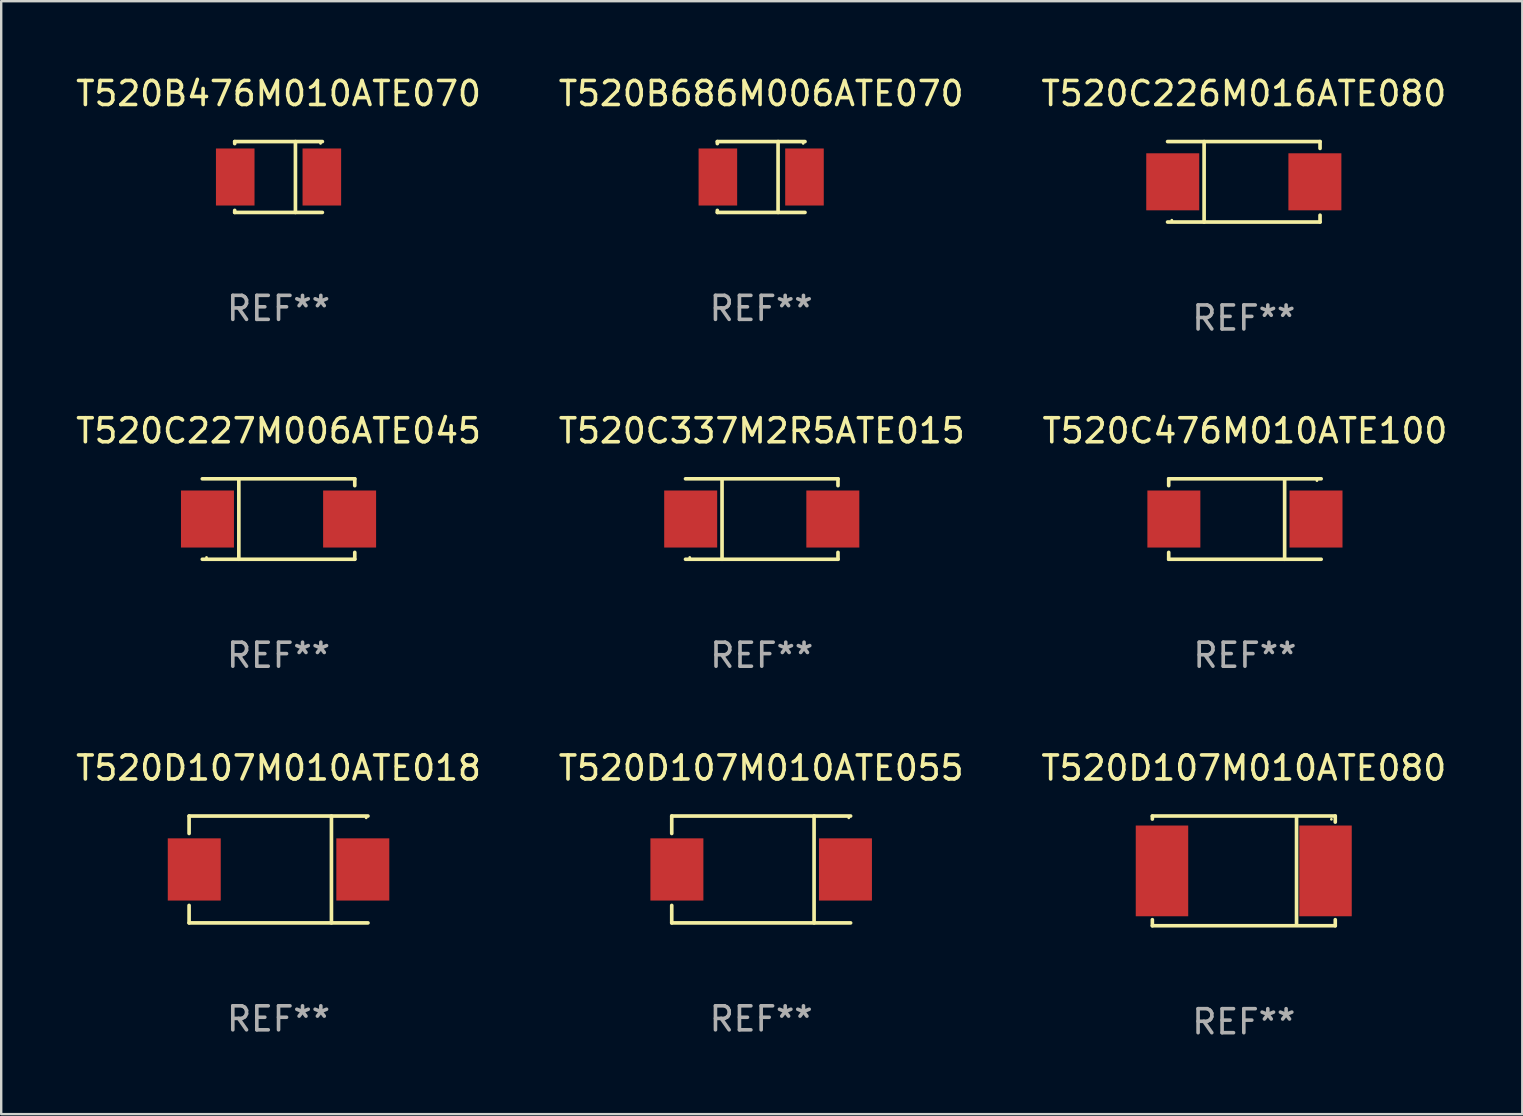
<source format=kicad_pcb>
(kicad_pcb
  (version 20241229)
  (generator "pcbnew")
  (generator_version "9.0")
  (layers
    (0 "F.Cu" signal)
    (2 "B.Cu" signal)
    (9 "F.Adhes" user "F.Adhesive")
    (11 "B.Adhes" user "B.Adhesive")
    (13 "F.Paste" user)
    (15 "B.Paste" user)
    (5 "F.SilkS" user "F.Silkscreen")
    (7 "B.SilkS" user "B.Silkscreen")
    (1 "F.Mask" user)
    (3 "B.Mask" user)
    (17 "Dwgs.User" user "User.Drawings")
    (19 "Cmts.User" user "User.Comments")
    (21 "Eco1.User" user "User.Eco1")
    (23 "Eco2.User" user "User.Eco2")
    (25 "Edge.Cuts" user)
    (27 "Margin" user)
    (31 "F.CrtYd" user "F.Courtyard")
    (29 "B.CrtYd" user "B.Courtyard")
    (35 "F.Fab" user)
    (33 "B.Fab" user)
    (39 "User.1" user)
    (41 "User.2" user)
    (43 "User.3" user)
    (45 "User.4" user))
  (footprint "T520B476M010ATE070"
    (layer "F.Cu")
    (at 8.554 4.324)
    (property "Reference" "T520B476M010ATE070" (at 0 -3.476 0) (layer "F.SilkS") (effects (font (size 1 1) (thickness 0.15))))
    (attr through_hole)
    (fp_line (start -1.826 -1.476) (end -1.826 -1.391) (stroke (width 0.152) (type solid)) (layer "F.SilkS"))
    (fp_line (start -1.826 -1.476) (end 1.826 -1.476) (stroke (width 0.152) (type solid)) (layer "F.SilkS"))
    (fp_line (start -1.826 1.476) (end -1.826 1.391) (stroke (width 0.152) (type solid)) (layer "F.SilkS"))
    (fp_line (start -1.826 1.476) (end 1.826 1.476) (stroke (width 0.152) (type solid)) (layer "F.SilkS"))
    (fp_line (start 0.704 -1.476) (end 0.704 1.476) (stroke (width 0.152) (type solid)) (layer "F.SilkS"))
    (fp_circle (center 1.75 -1.4) (end 1.78 -1.4) (stroke (width 0.06) (type solid)) (fill no) (layer "F.SilkS"))
    (fp_text user "REF**" (at 0 5.476 0) (layer "F.Fab") (effects (font (size 1 1) (thickness 0.15))))
    (pad "1" smd rect (at 1.804 0) (size 1.607 2.376) (layers "F.Cu" "F.Mask" "F.Paste"))
    (pad "2" smd rect (at -1.804 0) (size 1.607 2.376) (layers "F.Cu" "F.Mask" "F.Paste")))
  (footprint "T520C476M010ATE100"
    (layer "F.Cu")
    (at 48.815 18.573)
    (property "Reference" "T520C476M010ATE100" (at 0 -3.676 0) (layer "F.SilkS") (effects (font (size 1 1) (thickness 0.15))))
    (attr through_hole)
    (fp_line (start -3.176 -1.676) (end -3.176 -1.391) (stroke (width 0.152) (type solid)) (layer "F.SilkS"))
    (fp_line (start -3.176 -1.676) (end 3.176 -1.676) (stroke (width 0.152) (type solid)) (layer "F.SilkS"))
    (fp_line (start -3.176 1.676) (end -3.176 1.391) (stroke (width 0.152) (type solid)) (layer "F.SilkS"))
    (fp_line (start -3.176 1.676) (end 3.176 1.676) (stroke (width 0.152) (type solid)) (layer "F.SilkS"))
    (fp_line (start 1.654 -1.676) (end 1.654 1.676) (stroke (width 0.152) (type solid)) (layer "F.SilkS"))
    (fp_circle (center 3 -1.6) (end 3.03 -1.6) (stroke (width 0.06) (type solid)) (fill no) (layer "F.SilkS"))
    (fp_text user "REF**" (at 0 5.676 0) (layer "F.Fab") (effects (font (size 1 1) (thickness 0.15))))
    (pad "1" smd rect (at 2.961 0) (size 2.207 2.376) (layers "F.Cu" "F.Mask" "F.Paste"))
    (pad "2" smd rect (at -2.961 0) (size 2.207 2.376) (layers "F.Cu" "F.Mask" "F.Paste")))
  (footprint "T520B686M006ATE070"
    (layer "F.Cu")
    (at 28.661 4.324)
    (property "Reference" "T520B686M006ATE070" (at 0 -3.476 0) (layer "F.SilkS") (effects (font (size 1 1) (thickness 0.15))))
    (attr through_hole)
    (fp_line (start -1.826 -1.476) (end -1.826 -1.391) (stroke (width 0.152) (type solid)) (layer "F.SilkS"))
    (fp_line (start -1.826 -1.476) (end 1.826 -1.476) (stroke (width 0.152) (type solid)) (layer "F.SilkS"))
    (fp_line (start -1.826 1.476) (end -1.826 1.391) (stroke (width 0.152) (type solid)) (layer "F.SilkS"))
    (fp_line (start -1.826 1.476) (end 1.826 1.476) (stroke (width 0.152) (type solid)) (layer "F.SilkS"))
    (fp_line (start 0.704 -1.476) (end 0.704 1.476) (stroke (width 0.152) (type solid)) (layer "F.SilkS"))
    (fp_circle (center 1.75 -1.4) (end 1.78 -1.4) (stroke (width 0.06) (type solid)) (fill no) (layer "F.SilkS"))
    (fp_text user "REF**" (at 0 5.476 0) (layer "F.Fab") (effects (font (size 1 1) (thickness 0.15))))
    (pad "1" smd rect (at 1.804 0) (size 1.607 2.376) (layers "F.Cu" "F.Mask" "F.Paste"))
    (pad "2" smd rect (at -1.804 0) (size 1.607 2.376) (layers "F.Cu" "F.Mask" "F.Paste")))
  (footprint "T520C227M006ATE045"
    (layer "F.Cu")
    (at 8.554 18.573)
    (property "Reference" "T520C227M006ATE045" (at 0 -3.676 0) (layer "F.SilkS") (effects (font (size 1 1) (thickness 0.15))))
    (attr through_hole)
    (fp_line (start -1.654 1.676) (end -1.654 -1.676) (stroke (width 0.152) (type solid)) (layer "F.SilkS"))
    (fp_line (start 3.176 -1.676) (end -3.176 -1.676) (stroke (width 0.152) (type solid)) (layer "F.SilkS"))
    (fp_line (start 3.176 -1.676) (end 3.176 -1.391) (stroke (width 0.152) (type solid)) (layer "F.SilkS"))
    (fp_line (start 3.176 1.676) (end -3.176 1.676) (stroke (width 0.152) (type solid)) (layer "F.SilkS"))
    (fp_line (start 3.176 1.676) (end 3.176 1.391) (stroke (width 0.152) (type solid)) (layer "F.SilkS"))
    (fp_circle (center -3 1.6) (end -2.97 1.6) (stroke (width 0.06) (type solid)) (fill no) (layer "F.SilkS"))
    (fp_text user "REF**" (at 0 5.676 0) (layer "F.Fab") (effects (font (size 1 1) (thickness 0.15))))
    (pad "1" smd rect (at -2.961 -0.000051 180) (size 2.207 2.376) (layers "F.Cu" "F.Mask" "F.Paste"))
    (pad "2" smd rect (at 2.961 -0.000051 180) (size 2.207 2.376) (layers "F.Cu" "F.Mask" "F.Paste")))
  (footprint "T520D107M010ATE018"
    (layer "F.Cu")
    (at 8.554 33.172)
    (property "Reference" "T520D107M010ATE018" (at 0 -4.226 0) (layer "F.SilkS") (effects (font (size 1 1) (thickness 0.15))))
    (attr through_hole)
    (fp_line (start -3.726 -2.226) (end -3.726 -1.499) (stroke (width 0.152) (type solid)) (layer "F.SilkS"))
    (fp_line (start -3.726 -2.226) (end 3.726 -2.226) (stroke (width 0.152) (type solid)) (layer "F.SilkS"))
    (fp_line (start -3.726 2.226) (end -3.726 1.499) (stroke (width 0.152) (type solid)) (layer "F.SilkS"))
    (fp_line (start -3.726 2.226) (end 3.726 2.226) (stroke (width 0.152) (type solid)) (layer "F.SilkS"))
    (fp_line (start 2.204 -2.226) (end 2.204 2.226) (stroke (width 0.152) (type solid)) (layer "F.SilkS"))
    (fp_circle (center 3.65 -2.15) (end 3.68 -2.15) (stroke (width 0.06) (type solid)) (fill no) (layer "F.SilkS"))
    (fp_text user "REF**" (at 0 6.226 0) (layer "F.Fab") (effects (font (size 1 1) (thickness 0.15))))
    (pad "1" smd rect (at 3.511 0) (size 2.207 2.592) (layers "F.Cu" "F.Mask" "F.Paste"))
    (pad "2" smd rect (at -3.511 0) (size 2.207 2.592) (layers "F.Cu" "F.Mask" "F.Paste")))
  (footprint "T520C226M016ATE080"
    (layer "F.Cu")
    (at 48.768 4.524)
    (property "Reference" "T520C226M016ATE080" (at 0 -3.676 0) (layer "F.SilkS") (effects (font (size 1 1) (thickness 0.15))))
    (attr through_hole)
    (fp_line (start -1.654 1.676) (end -1.654 -1.676) (stroke (width 0.152) (type solid)) (layer "F.SilkS"))
    (fp_line (start 3.176 -1.676) (end -3.176 -1.676) (stroke (width 0.152) (type solid)) (layer "F.SilkS"))
    (fp_line (start 3.176 -1.676) (end 3.176 -1.391) (stroke (width 0.152) (type solid)) (layer "F.SilkS"))
    (fp_line (start 3.176 1.676) (end -3.176 1.676) (stroke (width 0.152) (type solid)) (layer "F.SilkS"))
    (fp_line (start 3.176 1.676) (end 3.176 1.391) (stroke (width 0.152) (type solid)) (layer "F.SilkS"))
    (fp_circle (center -3 1.6) (end -2.97 1.6) (stroke (width 0.06) (type solid)) (fill no) (layer "F.SilkS"))
    (fp_text user "REF**" (at 0 5.676 0) (layer "F.Fab") (effects (font (size 1 1) (thickness 0.15))))
    (pad "1" smd rect (at -2.961 -0.000051 180) (size 2.207 2.376) (layers "F.Cu" "F.Mask" "F.Paste"))
    (pad "2" smd rect (at 2.961 -0.000051 180) (size 2.207 2.376) (layers "F.Cu" "F.Mask" "F.Paste")))
  (footprint "T520D107M010ATE080"
    (layer "F.Cu")
    (at 48.768 33.232)
    (property "Reference" "T520D107M010ATE080" (at 0 -4.286 0) (layer "F.SilkS") (effects (font (size 1 1) (thickness 0.15))))
    (attr through_hole)
    (fp_line (start -3.81 -2.286) (end -3.81 -2.159) (stroke (width 0.15) (type solid)) (layer "F.SilkS"))
    (fp_line (start -3.81 2.032) (end -3.81 2.286) (stroke (width 0.15) (type solid)) (layer "F.SilkS"))
    (fp_line (start -3.81 2.286) (end 3.81 2.286) (stroke (width 0.15) (type solid)) (layer "F.SilkS"))
    (fp_line (start 2.197 -2.226) (end 2.197 2.226) (stroke (width 0.152) (type solid)) (layer "F.SilkS"))
    (fp_line (start 3.81 -2.286) (end -3.81 -2.286) (stroke (width 0.15) (type solid)) (layer "F.SilkS"))
    (fp_line (start 3.81 -2.032) (end 3.81 -2.286) (stroke (width 0.15) (type solid)) (layer "F.SilkS"))
    (fp_line (start 3.81 2.286) (end 3.81 2.032) (stroke (width 0.15) (type solid)) (layer "F.SilkS"))
    (fp_circle (center 3.65 -2.15) (end 3.68 -2.15) (stroke (width 0.06) (type solid)) (fill no) (layer "F.SilkS"))
    (fp_text user "REF**" (at 0 6.286 0) (layer "F.Fab") (effects (font (size 1 1) (thickness 0.15))))
    (pad "1" smd rect (at 3.404 0 180) (size 2.185 3.78) (layers "F.Cu" "F.Mask" "F.Paste"))
    (pad "2" smd rect (at -3.409 0 180) (size 2.185 3.78) (layers "F.Cu" "F.Mask" "F.Paste")))
  (footprint "T520C337M2R5ATE015"
    (layer "F.Cu")
    (at 28.685 18.573)
    (property "Reference" "T520C337M2R5ATE015" (at 0 -3.676 0) (layer "F.SilkS") (effects (font (size 1 1) (thickness 0.15))))
    (attr through_hole)
    (fp_line (start -1.654 1.676) (end -1.654 -1.676) (stroke (width 0.152) (type solid)) (layer "F.SilkS"))
    (fp_line (start 3.176 -1.676) (end -3.176 -1.676) (stroke (width 0.152) (type solid)) (layer "F.SilkS"))
    (fp_line (start 3.176 -1.676) (end 3.176 -1.391) (stroke (width 0.152) (type solid)) (layer "F.SilkS"))
    (fp_line (start 3.176 1.676) (end -3.176 1.676) (stroke (width 0.152) (type solid)) (layer "F.SilkS"))
    (fp_line (start 3.176 1.676) (end 3.176 1.391) (stroke (width 0.152) (type solid)) (layer "F.SilkS"))
    (fp_circle (center -3 1.6) (end -2.97 1.6) (stroke (width 0.06) (type solid)) (fill no) (layer "F.SilkS"))
    (fp_text user "REF**" (at 0 5.676 0) (layer "F.Fab") (effects (font (size 1 1) (thickness 0.15))))
    (pad "1" smd rect (at -2.961 -0.000051 180) (size 2.207 2.376) (layers "F.Cu" "F.Mask" "F.Paste"))
    (pad "2" smd rect (at 2.961 -0.000051 180) (size 2.207 2.376) (layers "F.Cu" "F.Mask" "F.Paste")))
  (footprint "T520D107M010ATE055"
    (layer "F.Cu")
    (at 28.661 33.172)
    (property "Reference" "T520D107M010ATE055" (at 0 -4.226 0) (layer "F.SilkS") (effects (font (size 1 1) (thickness 0.15))))
    (attr through_hole)
    (fp_line (start -3.726 -2.226) (end -3.726 -1.499) (stroke (width 0.152) (type solid)) (layer "F.SilkS"))
    (fp_line (start -3.726 -2.226) (end 3.726 -2.226) (stroke (width 0.152) (type solid)) (layer "F.SilkS"))
    (fp_line (start -3.726 2.226) (end -3.726 1.499) (stroke (width 0.152) (type solid)) (layer "F.SilkS"))
    (fp_line (start -3.726 2.226) (end 3.726 2.226) (stroke (width 0.152) (type solid)) (layer "F.SilkS"))
    (fp_line (start 2.204 -2.226) (end 2.204 2.226) (stroke (width 0.152) (type solid)) (layer "F.SilkS"))
    (fp_circle (center 3.65 -2.15) (end 3.68 -2.15) (stroke (width 0.06) (type solid)) (fill no) (layer "F.SilkS"))
    (fp_text user "REF**" (at 0 6.226 0) (layer "F.Fab") (effects (font (size 1 1) (thickness 0.15))))
    (pad "1" smd rect (at 3.511 0) (size 2.207 2.592) (layers "F.Cu" "F.Mask" "F.Paste"))
    (pad "2" smd rect (at -3.511 0) (size 2.207 2.592) (layers "F.Cu" "F.Mask" "F.Paste")))
  (gr_rect
    (start -3 -3)
    (end 60.369 43.366)
    (stroke (width 0.1) (type default))
    (fill no)
    (layer "Edge.Cuts")))
</source>
